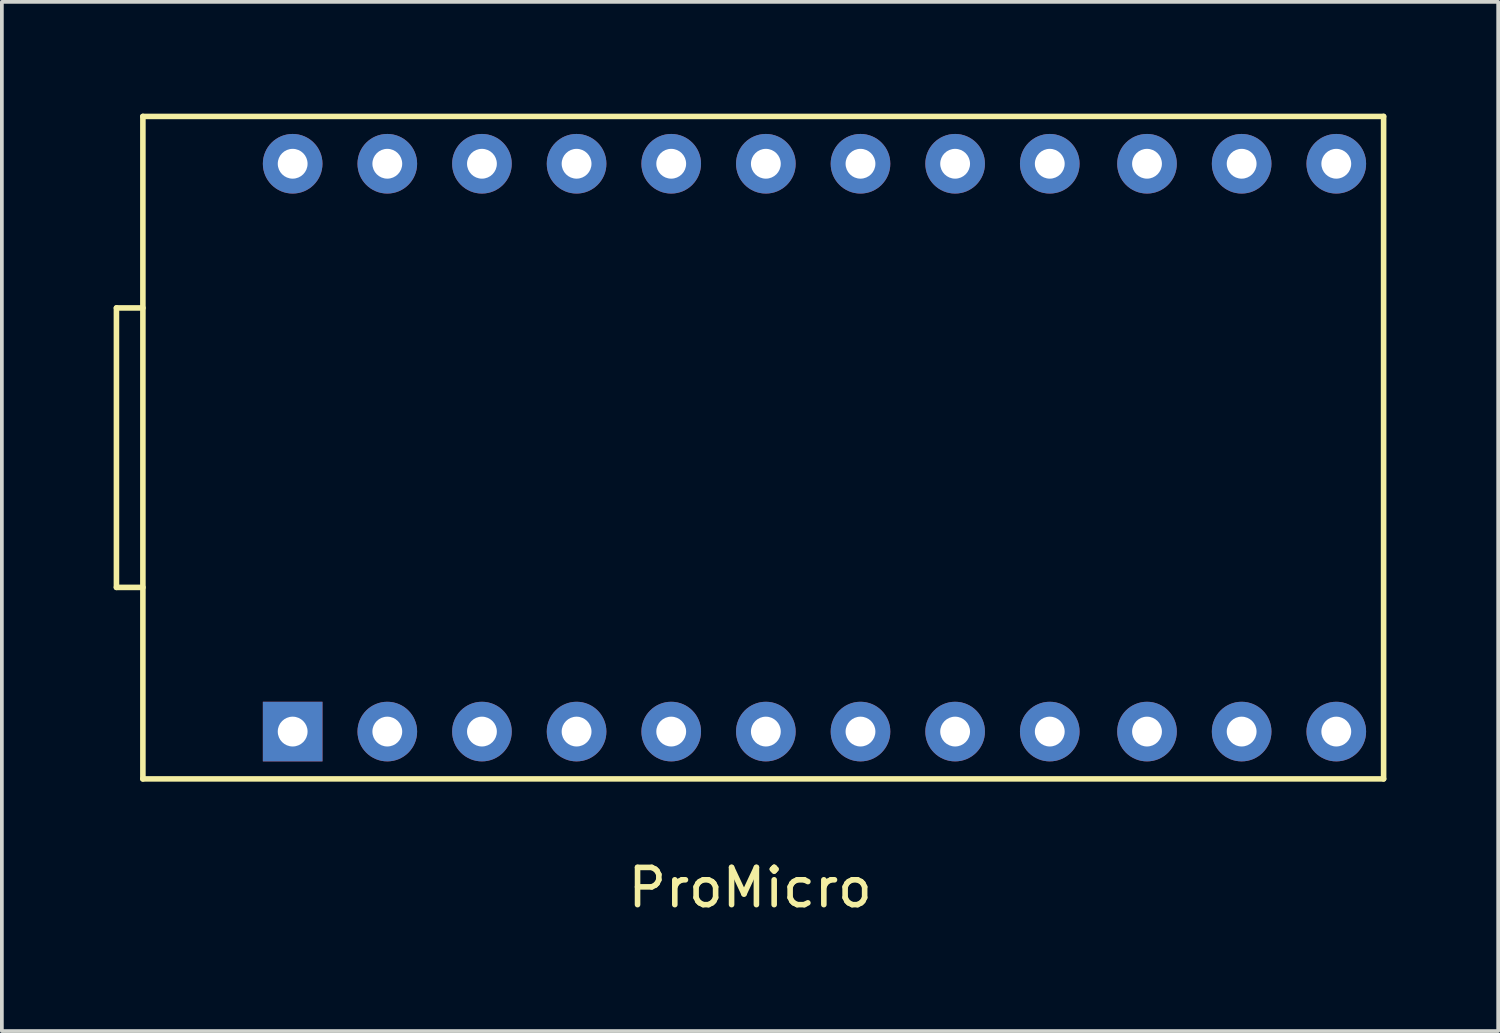
<source format=kicad_pcb>
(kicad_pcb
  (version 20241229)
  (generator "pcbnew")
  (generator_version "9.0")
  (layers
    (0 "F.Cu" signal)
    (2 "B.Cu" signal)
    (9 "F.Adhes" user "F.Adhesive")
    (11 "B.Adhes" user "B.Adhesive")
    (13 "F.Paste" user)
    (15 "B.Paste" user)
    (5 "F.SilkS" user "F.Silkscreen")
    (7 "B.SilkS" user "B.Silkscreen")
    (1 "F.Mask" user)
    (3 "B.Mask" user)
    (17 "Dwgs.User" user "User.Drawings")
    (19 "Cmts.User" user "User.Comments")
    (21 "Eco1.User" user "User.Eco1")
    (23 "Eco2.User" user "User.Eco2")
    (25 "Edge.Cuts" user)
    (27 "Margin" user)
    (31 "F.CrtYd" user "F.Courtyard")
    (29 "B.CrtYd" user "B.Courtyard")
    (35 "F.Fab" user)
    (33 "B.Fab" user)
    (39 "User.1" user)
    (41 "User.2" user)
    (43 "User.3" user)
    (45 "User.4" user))
  (footprint "ProMicro"
    (layer "F.Cu")
    (at 17.435 8.965)
    (property "Reference" "ProMicro" (at -0.35 11.81 0) (layer "F.SilkS") (effects (font (size 1 1) (thickness 0.15))))
    (attr through_hole)
    (fp_line (start -17.36 -3.75) (end -17.36 3.75) (stroke (width 0.15) (type solid)) (layer "F.SilkS"))
    (fp_line (start -17.36 -3.75) (end -16.65 -3.75) (stroke (width 0.15) (type solid)) (layer "F.SilkS"))
    (fp_line (start -17.36 3.75) (end -16.65 3.75) (stroke (width 0.15) (type solid)) (layer "F.SilkS"))
    (fp_line (start -16.65 -8.89) (end -16.65 8.89) (stroke (width 0.15) (type solid)) (layer "F.SilkS"))
    (fp_line (start 16.65 -8.89) (end -16.65 -8.89) (stroke (width 0.15) (type solid)) (layer "F.SilkS"))
    (fp_line (start 16.65 -8.89) (end 16.65 8.89) (stroke (width 0.15) (type solid)) (layer "F.SilkS"))
    (fp_line (start 16.65 8.89) (end -16.65 8.89) (stroke (width 0.15) (type solid)) (layer "F.SilkS"))
    (pad "1" thru_hole rect (at -12.63 7.62) (size 1.6 1.6) (drill 0.8) (layers "*.Cu" "*.Mask"))
    (pad "2" thru_hole circle (at -10.09 7.62) (size 1.6 1.6) (drill 0.8) (layers "*.Cu" "*.Mask"))
    (pad "3" thru_hole circle (at -7.55 7.62) (size 1.6 1.6) (drill 0.8) (layers "*.Cu" "*.Mask"))
    (pad "4" thru_hole circle (at -5.01 7.62) (size 1.6 1.6) (drill 0.8) (layers "*.Cu" "*.Mask"))
    (pad "5" thru_hole circle (at -2.47 7.62) (size 1.6 1.6) (drill 0.8) (layers "*.Cu" "*.Mask"))
    (pad "6" thru_hole circle (at 0.07 7.62) (size 1.6 1.6) (drill 0.8) (layers "*.Cu" "*.Mask"))
    (pad "7" thru_hole circle (at 2.61 7.62) (size 1.6 1.6) (drill 0.8) (layers "*.Cu" "*.Mask"))
    (pad "8" thru_hole circle (at 5.15 7.62) (size 1.6 1.6) (drill 0.8) (layers "*.Cu" "*.Mask"))
    (pad "9" thru_hole circle (at 7.69 7.62) (size 1.6 1.6) (drill 0.8) (layers "*.Cu" "*.Mask"))
    (pad "10" thru_hole circle (at 10.3 7.62) (size 1.6 1.6) (drill 0.8) (layers "*.Cu" "*.Mask"))
    (pad "11" thru_hole circle (at 12.84 7.62) (size 1.6 1.6) (drill 0.8) (layers "*.Cu" "*.Mask"))
    (pad "12" thru_hole circle (at 15.38 7.62) (size 1.6 1.6) (drill 0.8) (layers "*.Cu" "*.Mask"))
    (pad "13" thru_hole circle (at 15.38 -7.62) (size 1.6 1.6) (drill 0.8) (layers "*.Cu" "*.Mask"))
    (pad "14" thru_hole circle (at 12.84 -7.62) (size 1.6 1.6) (drill 0.8) (layers "*.Cu" "*.Mask"))
    (pad "15" thru_hole circle (at 10.3 -7.62) (size 1.6 1.6) (drill 0.8) (layers "*.Cu" "*.Mask"))
    (pad "16" thru_hole circle (at 7.69 -7.62) (size 1.6 1.6) (drill 0.8) (layers "*.Cu" "*.Mask"))
    (pad "17" thru_hole circle (at 5.15 -7.62) (size 1.6 1.6) (drill 0.8) (layers "*.Cu" "*.Mask"))
    (pad "18" thru_hole circle (at 2.61 -7.62) (size 1.6 1.6) (drill 0.8) (layers "*.Cu" "*.Mask"))
    (pad "19" thru_hole circle (at 0.07 -7.62) (size 1.6 1.6) (drill 0.8) (layers "*.Cu" "*.Mask"))
    (pad "20" thru_hole circle (at -2.47 -7.62) (size 1.6 1.6) (drill 0.8) (layers "*.Cu" "*.Mask"))
    (pad "21" thru_hole circle (at -5.01 -7.62) (size 1.6 1.6) (drill 0.8) (layers "*.Cu" "*.Mask"))
    (pad "22" thru_hole circle (at -7.55 -7.62) (size 1.6 1.6) (drill 0.8) (layers "*.Cu" "*.Mask"))
    (pad "23" thru_hole circle (at -10.09 -7.62) (size 1.6 1.6) (drill 0.8) (layers "*.Cu" "*.Mask"))
    (pad "24" thru_hole circle (at -12.63 -7.62) (size 1.6 1.6) (drill 0.8) (layers "*.Cu" "*.Mask")))
  (gr_rect
    (start -3 -3)
    (end 37.16 24.623)
    (stroke (width 0.1) (type default))
    (fill no)
    (layer "Edge.Cuts")))
</source>
